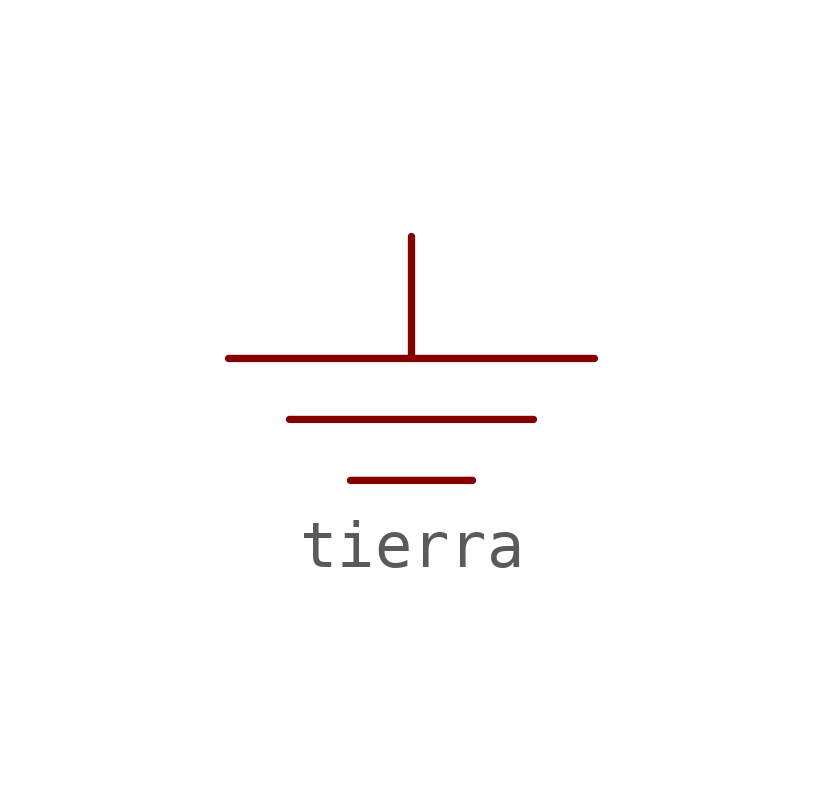
<source format=kicad_sym>
(kicad_symbol_lib
  (version 20231120)
  (generator "kicad_symbol_editor")
  (generator_version "8.0")
  (symbol "tierra"
    (pin_names
      (offset 1.016))
    (property "Reference" "V"
      (at 0.635 -0.635 0)
      (effects (font (size 2.54 2.54)) (justify left) (hide yes)))
    (symbol "tierra_0_0"
      (polyline (pts (xy -3.81 -2.54) (xy 3.81 -2.54)) (stroke (width 0) (type default)) (fill (type none)))
      (polyline (pts (xy -2.54 -3.81) (xy 2.54 -3.81)) (stroke (width 0) (type default)) (fill (type none)))
      (polyline (pts (xy -1.27 -5.08) (xy 1.27 -5.08)) (stroke (width 0) (type default)) (fill (type none))))
    (symbol "tierra_1_1"
      (pin input line (at 0 0 270) (length 2.54) (name "" (effects (font (size 1.27 1.27)))) (number "" (effects (font (size 1.143 1.143))))))))
</source>
